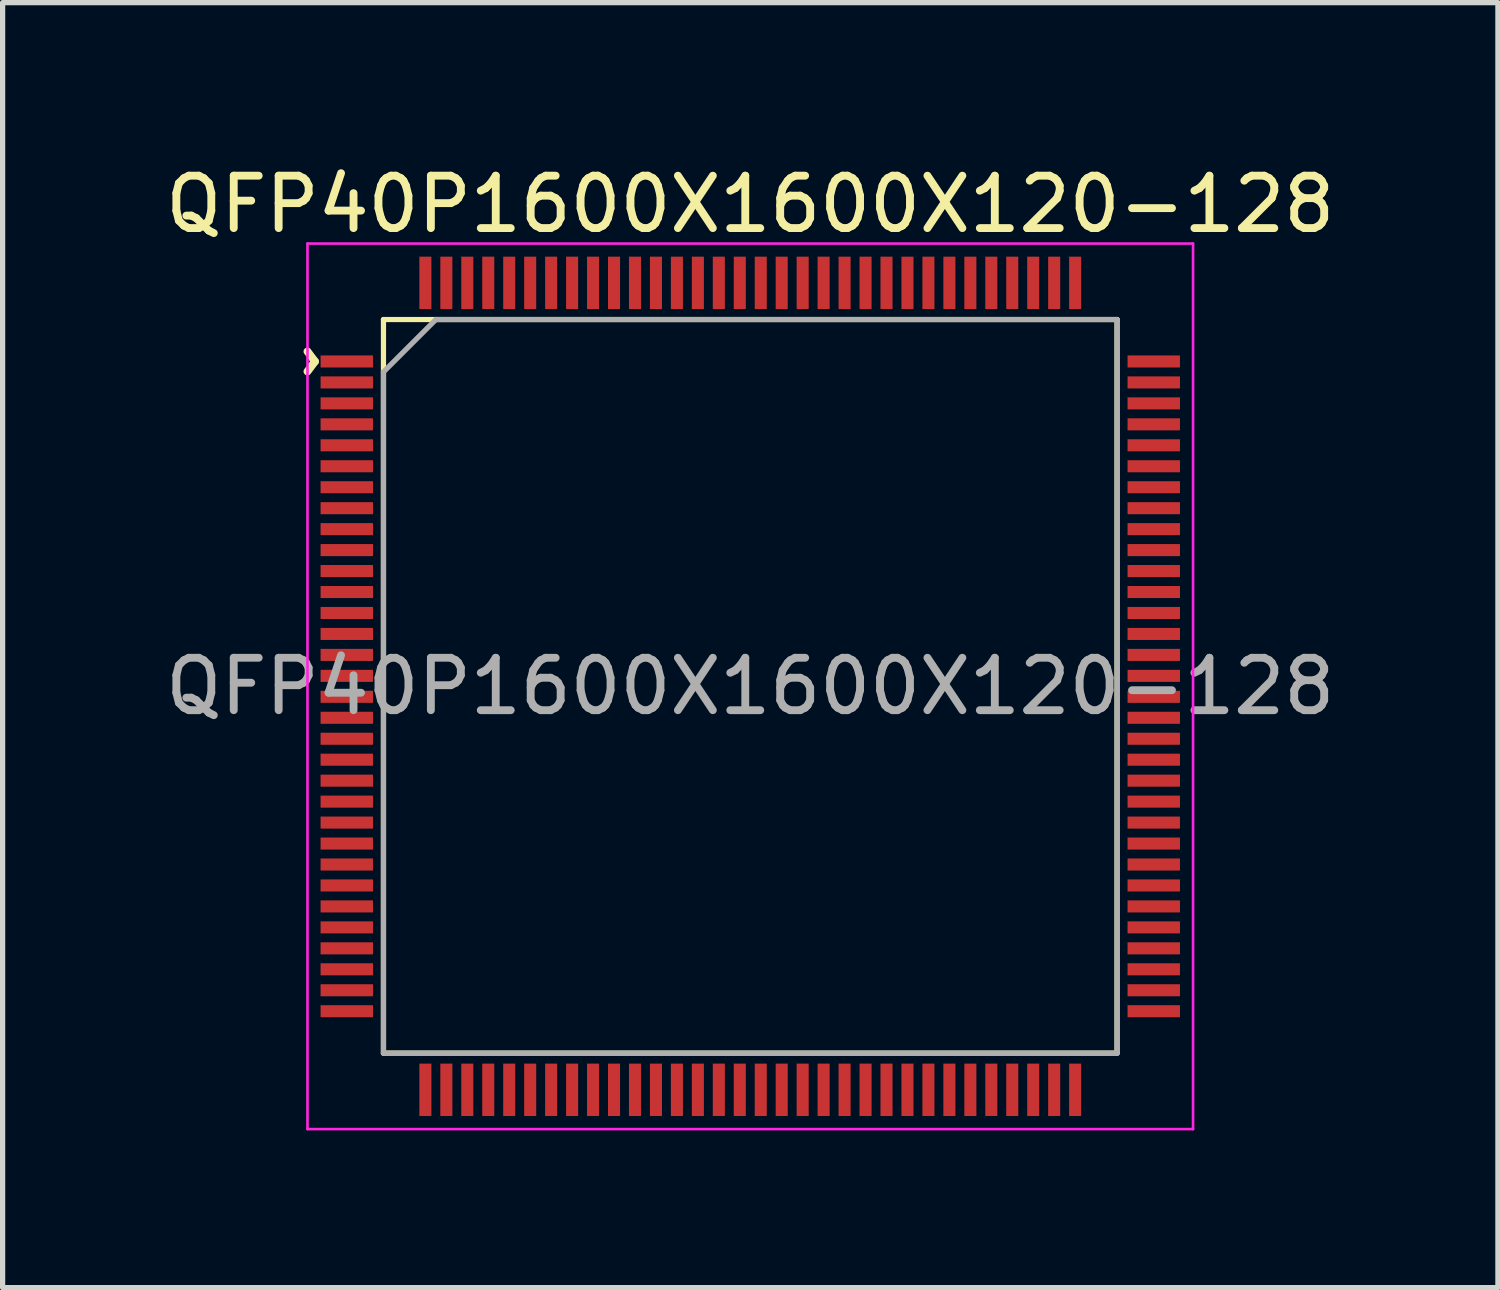
<source format=kicad_pcb>
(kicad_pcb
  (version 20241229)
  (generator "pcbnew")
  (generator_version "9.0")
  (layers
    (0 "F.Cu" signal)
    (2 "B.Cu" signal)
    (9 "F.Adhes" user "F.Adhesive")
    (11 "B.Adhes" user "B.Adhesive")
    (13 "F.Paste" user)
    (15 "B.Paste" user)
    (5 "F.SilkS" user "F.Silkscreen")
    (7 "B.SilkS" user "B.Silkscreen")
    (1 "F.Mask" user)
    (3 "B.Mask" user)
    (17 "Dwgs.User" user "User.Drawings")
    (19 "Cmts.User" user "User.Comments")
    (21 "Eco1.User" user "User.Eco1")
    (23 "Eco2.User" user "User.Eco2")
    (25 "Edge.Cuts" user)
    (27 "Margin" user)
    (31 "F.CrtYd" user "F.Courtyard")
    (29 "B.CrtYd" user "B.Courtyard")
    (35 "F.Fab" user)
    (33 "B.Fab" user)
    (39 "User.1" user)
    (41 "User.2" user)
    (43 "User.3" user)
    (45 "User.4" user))
  (footprint "QFP40P1600X1600X120-128"
    (layer "F.Cu")
    (at 11.268 10.048)
    (property "Reference" "QFP40P1600X1600X120-128" (at 0 -9.2 0) (layer "F.SilkS") (effects (font (size 1 1) (thickness 0.15))))
    (attr smd)
    (fp_line (start -7 -7) (end -7 7) (stroke (width 0.1) (type solid)) (layer "F.SilkS"))
    (fp_line (start -7 -7) (end 7 -7) (stroke (width 0.1) (type solid)) (layer "F.SilkS"))
    (fp_line (start 7 -7) (end 7 7) (stroke (width 0.1) (type solid)) (layer "F.SilkS"))
    (fp_line (start 7 7) (end -7 7) (stroke (width 0.1) (type solid)) (layer "F.SilkS"))
    (fp_line (start -8.45 -8.45) (end -8.45 8.45) (stroke (width 0.05) (type solid)) (layer "F.CrtYd"))
    (fp_line (start -8.45 -8.45) (end 8.45 -8.45) (stroke (width 0.05) (type solid)) (layer "F.CrtYd"))
    (fp_line (start -8.45 8.45) (end 8.45 8.45) (stroke (width 0.05) (type solid)) (layer "F.CrtYd"))
    (fp_line (start 8.45 -8.45) (end 8.45 8.45) (stroke (width 0.05) (type solid)) (layer "F.CrtYd"))
    (fp_line (start -7 -6) (end -6 -7) (stroke (width 0.1) (type solid)) (layer "F.Fab"))
    (fp_line (start -7 7) (end -7 -6) (stroke (width 0.1) (type solid)) (layer "F.Fab"))
    (fp_line (start -6 -7) (end 7 -7) (stroke (width 0.1) (type solid)) (layer "F.Fab"))
    (fp_line (start 7 -7) (end 7 7) (stroke (width 0.1) (type solid)) (layer "F.Fab"))
    (fp_line (start 7 7) (end -7 7) (stroke (width 0.1) (type solid)) (layer "F.Fab"))
    (fp_text user "^" (at -8.9 -6.2 270) (unlocked yes) (layer "F.SilkS") (effects (font (size 1 1) (thickness 0.15))))
    (fp_text user "${REFERENCE}" (at 0 0 0) (layer "F.Fab") (effects (font (size 1 1) (thickness 0.15))))
    (pad "1" smd rect (at -7.7 -6.2) (size 1 0.23) (layers "F.Cu" "F.Mask" "F.Paste"))
    (pad "2" smd rect (at -7.7 -5.8) (size 1 0.23) (layers "F.Cu" "F.Mask" "F.Paste"))
    (pad "3" smd rect (at -7.7 -5.4) (size 1 0.23) (layers "F.Cu" "F.Mask" "F.Paste"))
    (pad "4" smd rect (at -7.7 -5) (size 1 0.23) (layers "F.Cu" "F.Mask" "F.Paste"))
    (pad "5" smd rect (at -7.7 -4.6) (size 1 0.23) (layers "F.Cu" "F.Mask" "F.Paste"))
    (pad "6" smd rect (at -7.7 -4.2) (size 1 0.23) (layers "F.Cu" "F.Mask" "F.Paste"))
    (pad "7" smd rect (at -7.7 -3.8) (size 1 0.23) (layers "F.Cu" "F.Mask" "F.Paste"))
    (pad "8" smd rect (at -7.7 -3.4) (size 1 0.23) (layers "F.Cu" "F.Mask" "F.Paste"))
    (pad "9" smd rect (at -7.7 -3) (size 1 0.23) (layers "F.Cu" "F.Mask" "F.Paste"))
    (pad "10" smd rect (at -7.7 -2.6) (size 1 0.23) (layers "F.Cu" "F.Mask" "F.Paste"))
    (pad "11" smd rect (at -7.7 -2.2) (size 1 0.23) (layers "F.Cu" "F.Mask" "F.Paste"))
    (pad "12" smd rect (at -7.7 -1.8) (size 1 0.23) (layers "F.Cu" "F.Mask" "F.Paste"))
    (pad "13" smd rect (at -7.7 -1.4) (size 1 0.23) (layers "F.Cu" "F.Mask" "F.Paste"))
    (pad "14" smd rect (at -7.7 -1) (size 1 0.23) (layers "F.Cu" "F.Mask" "F.Paste"))
    (pad "15" smd rect (at -7.7 -0.6) (size 1 0.23) (layers "F.Cu" "F.Mask" "F.Paste"))
    (pad "16" smd rect (at -7.7 -0.2) (size 1 0.23) (layers "F.Cu" "F.Mask" "F.Paste"))
    (pad "17" smd rect (at -7.7 0.2) (size 1 0.23) (layers "F.Cu" "F.Mask" "F.Paste"))
    (pad "18" smd rect (at -7.7 0.6) (size 1 0.23) (layers "F.Cu" "F.Mask" "F.Paste"))
    (pad "19" smd rect (at -7.7 1) (size 1 0.23) (layers "F.Cu" "F.Mask" "F.Paste"))
    (pad "20" smd rect (at -7.7 1.4) (size 1 0.23) (layers "F.Cu" "F.Mask" "F.Paste"))
    (pad "21" smd rect (at -7.7 1.8) (size 1 0.23) (layers "F.Cu" "F.Mask" "F.Paste"))
    (pad "22" smd rect (at -7.7 2.2) (size 1 0.23) (layers "F.Cu" "F.Mask" "F.Paste"))
    (pad "23" smd rect (at -7.7 2.6) (size 1 0.23) (layers "F.Cu" "F.Mask" "F.Paste"))
    (pad "24" smd rect (at -7.7 3) (size 1 0.23) (layers "F.Cu" "F.Mask" "F.Paste"))
    (pad "25" smd rect (at -7.7 3.4) (size 1 0.23) (layers "F.Cu" "F.Mask" "F.Paste"))
    (pad "26" smd rect (at -7.7 3.8) (size 1 0.23) (layers "F.Cu" "F.Mask" "F.Paste"))
    (pad "27" smd rect (at -7.7 4.2) (size 1 0.23) (layers "F.Cu" "F.Mask" "F.Paste"))
    (pad "28" smd rect (at -7.7 4.6) (size 1 0.23) (layers "F.Cu" "F.Mask" "F.Paste"))
    (pad "29" smd rect (at -7.7 5) (size 1 0.23) (layers "F.Cu" "F.Mask" "F.Paste"))
    (pad "30" smd rect (at -7.7 5.4) (size 1 0.23) (layers "F.Cu" "F.Mask" "F.Paste"))
    (pad "31" smd rect (at -7.7 5.8) (size 1 0.23) (layers "F.Cu" "F.Mask" "F.Paste"))
    (pad "32" smd rect (at -7.7 6.2) (size 1 0.23) (layers "F.Cu" "F.Mask" "F.Paste"))
    (pad "33" smd rect (at -6.2 7.7 90) (size 1 0.23) (layers "F.Cu" "F.Mask" "F.Paste"))
    (pad "34" smd rect (at -5.8 7.7 90) (size 1 0.23) (layers "F.Cu" "F.Mask" "F.Paste"))
    (pad "35" smd rect (at -5.4 7.7 90) (size 1 0.23) (layers "F.Cu" "F.Mask" "F.Paste"))
    (pad "36" smd rect (at -5 7.7 90) (size 1 0.23) (layers "F.Cu" "F.Mask" "F.Paste"))
    (pad "37" smd rect (at -4.6 7.7 90) (size 1 0.23) (layers "F.Cu" "F.Mask" "F.Paste"))
    (pad "38" smd rect (at -4.2 7.7 90) (size 1 0.23) (layers "F.Cu" "F.Mask" "F.Paste"))
    (pad "39" smd rect (at -3.8 7.7 90) (size 1 0.23) (layers "F.Cu" "F.Mask" "F.Paste"))
    (pad "40" smd rect (at -3.4 7.7 90) (size 1 0.23) (layers "F.Cu" "F.Mask" "F.Paste"))
    (pad "41" smd rect (at -3 7.7 90) (size 1 0.23) (layers "F.Cu" "F.Mask" "F.Paste"))
    (pad "42" smd rect (at -2.6 7.7 90) (size 1 0.23) (layers "F.Cu" "F.Mask" "F.Paste"))
    (pad "43" smd rect (at -2.2 7.7 90) (size 1 0.23) (layers "F.Cu" "F.Mask" "F.Paste"))
    (pad "44" smd rect (at -1.8 7.7 90) (size 1 0.23) (layers "F.Cu" "F.Mask" "F.Paste"))
    (pad "45" smd rect (at -1.4 7.7 90) (size 1 0.23) (layers "F.Cu" "F.Mask" "F.Paste"))
    (pad "46" smd rect (at -1 7.7 90) (size 1 0.23) (layers "F.Cu" "F.Mask" "F.Paste"))
    (pad "47" smd rect (at -0.6 7.7 90) (size 1 0.23) (layers "F.Cu" "F.Mask" "F.Paste"))
    (pad "48" smd rect (at -0.2 7.7 90) (size 1 0.23) (layers "F.Cu" "F.Mask" "F.Paste"))
    (pad "49" smd rect (at 0.2 7.7 90) (size 1 0.23) (layers "F.Cu" "F.Mask" "F.Paste"))
    (pad "50" smd rect (at 0.6 7.7 90) (size 1 0.23) (layers "F.Cu" "F.Mask" "F.Paste"))
    (pad "51" smd rect (at 1 7.7 90) (size 1 0.23) (layers "F.Cu" "F.Mask" "F.Paste"))
    (pad "52" smd rect (at 1.4 7.7 90) (size 1 0.23) (layers "F.Cu" "F.Mask" "F.Paste"))
    (pad "53" smd rect (at 1.8 7.7 90) (size 1 0.23) (layers "F.Cu" "F.Mask" "F.Paste"))
    (pad "54" smd rect (at 2.2 7.7 90) (size 1 0.23) (layers "F.Cu" "F.Mask" "F.Paste"))
    (pad "55" smd rect (at 2.6 7.7 90) (size 1 0.23) (layers "F.Cu" "F.Mask" "F.Paste"))
    (pad "56" smd rect (at 3 7.7 90) (size 1 0.23) (layers "F.Cu" "F.Mask" "F.Paste"))
    (pad "57" smd rect (at 3.4 7.7 90) (size 1 0.23) (layers "F.Cu" "F.Mask" "F.Paste"))
    (pad "58" smd rect (at 3.8 7.7 90) (size 1 0.23) (layers "F.Cu" "F.Mask" "F.Paste"))
    (pad "59" smd rect (at 4.2 7.7 90) (size 1 0.23) (layers "F.Cu" "F.Mask" "F.Paste"))
    (pad "60" smd rect (at 4.6 7.7 90) (size 1 0.23) (layers "F.Cu" "F.Mask" "F.Paste"))
    (pad "61" smd rect (at 5 7.7 90) (size 1 0.23) (layers "F.Cu" "F.Mask" "F.Paste"))
    (pad "62" smd rect (at 5.4 7.7 90) (size 1 0.23) (layers "F.Cu" "F.Mask" "F.Paste"))
    (pad "63" smd rect (at 5.8 7.7 90) (size 1 0.23) (layers "F.Cu" "F.Mask" "F.Paste"))
    (pad "64" smd rect (at 6.2 7.7 90) (size 1 0.23) (layers "F.Cu" "F.Mask" "F.Paste"))
    (pad "65" smd rect (at 7.7 6.2) (size 1 0.23) (layers "F.Cu" "F.Mask" "F.Paste"))
    (pad "66" smd rect (at 7.7 5.8) (size 1 0.23) (layers "F.Cu" "F.Mask" "F.Paste"))
    (pad "67" smd rect (at 7.7 5.4) (size 1 0.23) (layers "F.Cu" "F.Mask" "F.Paste"))
    (pad "68" smd rect (at 7.7 5) (size 1 0.23) (layers "F.Cu" "F.Mask" "F.Paste"))
    (pad "69" smd rect (at 7.7 4.6) (size 1 0.23) (layers "F.Cu" "F.Mask" "F.Paste"))
    (pad "70" smd rect (at 7.7 4.2) (size 1 0.23) (layers "F.Cu" "F.Mask" "F.Paste"))
    (pad "71" smd rect (at 7.7 3.8) (size 1 0.23) (layers "F.Cu" "F.Mask" "F.Paste"))
    (pad "72" smd rect (at 7.7 3.4) (size 1 0.23) (layers "F.Cu" "F.Mask" "F.Paste"))
    (pad "73" smd rect (at 7.7 3) (size 1 0.23) (layers "F.Cu" "F.Mask" "F.Paste"))
    (pad "74" smd rect (at 7.7 2.6) (size 1 0.23) (layers "F.Cu" "F.Mask" "F.Paste"))
    (pad "75" smd rect (at 7.7 2.2) (size 1 0.23) (layers "F.Cu" "F.Mask" "F.Paste"))
    (pad "76" smd rect (at 7.7 1.8) (size 1 0.23) (layers "F.Cu" "F.Mask" "F.Paste"))
    (pad "77" smd rect (at 7.7 1.4) (size 1 0.23) (layers "F.Cu" "F.Mask" "F.Paste"))
    (pad "78" smd rect (at 7.7 1) (size 1 0.23) (layers "F.Cu" "F.Mask" "F.Paste"))
    (pad "79" smd rect (at 7.7 0.6) (size 1 0.23) (layers "F.Cu" "F.Mask" "F.Paste"))
    (pad "80" smd rect (at 7.7 0.2) (size 1 0.23) (layers "F.Cu" "F.Mask" "F.Paste"))
    (pad "81" smd rect (at 7.7 -0.2) (size 1 0.23) (layers "F.Cu" "F.Mask" "F.Paste"))
    (pad "82" smd rect (at 7.7 -0.6) (size 1 0.23) (layers "F.Cu" "F.Mask" "F.Paste"))
    (pad "83" smd rect (at 7.7 -1) (size 1 0.23) (layers "F.Cu" "F.Mask" "F.Paste"))
    (pad "84" smd rect (at 7.7 -1.4) (size 1 0.23) (layers "F.Cu" "F.Mask" "F.Paste"))
    (pad "85" smd rect (at 7.7 -1.8) (size 1 0.23) (layers "F.Cu" "F.Mask" "F.Paste"))
    (pad "86" smd rect (at 7.7 -2.2) (size 1 0.23) (layers "F.Cu" "F.Mask" "F.Paste"))
    (pad "87" smd rect (at 7.7 -2.6) (size 1 0.23) (layers "F.Cu" "F.Mask" "F.Paste"))
    (pad "88" smd rect (at 7.7 -3) (size 1 0.23) (layers "F.Cu" "F.Mask" "F.Paste"))
    (pad "89" smd rect (at 7.7 -3.4) (size 1 0.23) (layers "F.Cu" "F.Mask" "F.Paste"))
    (pad "90" smd rect (at 7.7 -3.8) (size 1 0.23) (layers "F.Cu" "F.Mask" "F.Paste"))
    (pad "91" smd rect (at 7.7 -4.2) (size 1 0.23) (layers "F.Cu" "F.Mask" "F.Paste"))
    (pad "92" smd rect (at 7.7 -4.6) (size 1 0.23) (layers "F.Cu" "F.Mask" "F.Paste"))
    (pad "93" smd rect (at 7.7 -5) (size 1 0.23) (layers "F.Cu" "F.Mask" "F.Paste"))
    (pad "94" smd rect (at 7.7 -5.4) (size 1 0.23) (layers "F.Cu" "F.Mask" "F.Paste"))
    (pad "95" smd rect (at 7.7 -5.8) (size 1 0.23) (layers "F.Cu" "F.Mask" "F.Paste"))
    (pad "96" smd rect (at 7.7 -6.2) (size 1 0.23) (layers "F.Cu" "F.Mask" "F.Paste"))
    (pad "97" smd rect (at 6.2 -7.7 90) (size 1 0.23) (layers "F.Cu" "F.Mask" "F.Paste"))
    (pad "98" smd rect (at 5.8 -7.7 90) (size 1 0.23) (layers "F.Cu" "F.Mask" "F.Paste"))
    (pad "99" smd rect (at 5.4 -7.7 90) (size 1 0.23) (layers "F.Cu" "F.Mask" "F.Paste"))
    (pad "100" smd rect (at 5 -7.7 90) (size 1 0.23) (layers "F.Cu" "F.Mask" "F.Paste"))
    (pad "101" smd rect (at 4.6 -7.7 90) (size 1 0.23) (layers "F.Cu" "F.Mask" "F.Paste"))
    (pad "102" smd rect (at 4.2 -7.7 90) (size 1 0.23) (layers "F.Cu" "F.Mask" "F.Paste"))
    (pad "103" smd rect (at 3.8 -7.7 90) (size 1 0.23) (layers "F.Cu" "F.Mask" "F.Paste"))
    (pad "104" smd rect (at 3.4 -7.7 90) (size 1 0.23) (layers "F.Cu" "F.Mask" "F.Paste"))
    (pad "105" smd rect (at 3 -7.7 90) (size 1 0.23) (layers "F.Cu" "F.Mask" "F.Paste"))
    (pad "106" smd rect (at 2.6 -7.7 90) (size 1 0.23) (layers "F.Cu" "F.Mask" "F.Paste"))
    (pad "107" smd rect (at 2.2 -7.7 90) (size 1 0.23) (layers "F.Cu" "F.Mask" "F.Paste"))
    (pad "108" smd rect (at 1.8 -7.7 90) (size 1 0.23) (layers "F.Cu" "F.Mask" "F.Paste"))
    (pad "109" smd rect (at 1.4 -7.7 90) (size 1 0.23) (layers "F.Cu" "F.Mask" "F.Paste"))
    (pad "110" smd rect (at 1 -7.7 90) (size 1 0.23) (layers "F.Cu" "F.Mask" "F.Paste"))
    (pad "111" smd rect (at 0.6 -7.7 90) (size 1 0.23) (layers "F.Cu" "F.Mask" "F.Paste"))
    (pad "112" smd rect (at 0.2 -7.7 90) (size 1 0.23) (layers "F.Cu" "F.Mask" "F.Paste"))
    (pad "113" smd rect (at -0.2 -7.7 90) (size 1 0.23) (layers "F.Cu" "F.Mask" "F.Paste"))
    (pad "114" smd rect (at -0.6 -7.7 90) (size 1 0.23) (layers "F.Cu" "F.Mask" "F.Paste"))
    (pad "115" smd rect (at -1 -7.7 90) (size 1 0.23) (layers "F.Cu" "F.Mask" "F.Paste"))
    (pad "116" smd rect (at -1.4 -7.7 90) (size 1 0.23) (layers "F.Cu" "F.Mask" "F.Paste"))
    (pad "117" smd rect (at -1.8 -7.7 90) (size 1 0.23) (layers "F.Cu" "F.Mask" "F.Paste"))
    (pad "118" smd rect (at -2.2 -7.7 90) (size 1 0.23) (layers "F.Cu" "F.Mask" "F.Paste"))
    (pad "119" smd rect (at -2.6 -7.7 90) (size 1 0.23) (layers "F.Cu" "F.Mask" "F.Paste"))
    (pad "120" smd rect (at -3 -7.7 90) (size 1 0.23) (layers "F.Cu" "F.Mask" "F.Paste"))
    (pad "121" smd rect (at -3.4 -7.7 90) (size 1 0.23) (layers "F.Cu" "F.Mask" "F.Paste"))
    (pad "122" smd rect (at -3.8 -7.7 90) (size 1 0.23) (layers "F.Cu" "F.Mask" "F.Paste"))
    (pad "123" smd rect (at -4.2 -7.7 90) (size 1 0.23) (layers "F.Cu" "F.Mask" "F.Paste"))
    (pad "124" smd rect (at -4.6 -7.7 90) (size 1 0.23) (layers "F.Cu" "F.Mask" "F.Paste"))
    (pad "125" smd rect (at -5 -7.7 90) (size 1 0.23) (layers "F.Cu" "F.Mask" "F.Paste"))
    (pad "126" smd rect (at -5.4 -7.7 90) (size 1 0.23) (layers "F.Cu" "F.Mask" "F.Paste"))
    (pad "127" smd rect (at -5.8 -7.7 90) (size 1 0.23) (layers "F.Cu" "F.Mask" "F.Paste"))
    (pad "128" smd rect (at -6.2 -7.7 90) (size 1 0.23) (layers "F.Cu" "F.Mask" "F.Paste")))
  (gr_rect
    (start -3 -3)
    (end 25.536 21.523)
    (stroke (width 0.1) (type default))
    (fill no)
    (layer "Edge.Cuts")))
</source>
